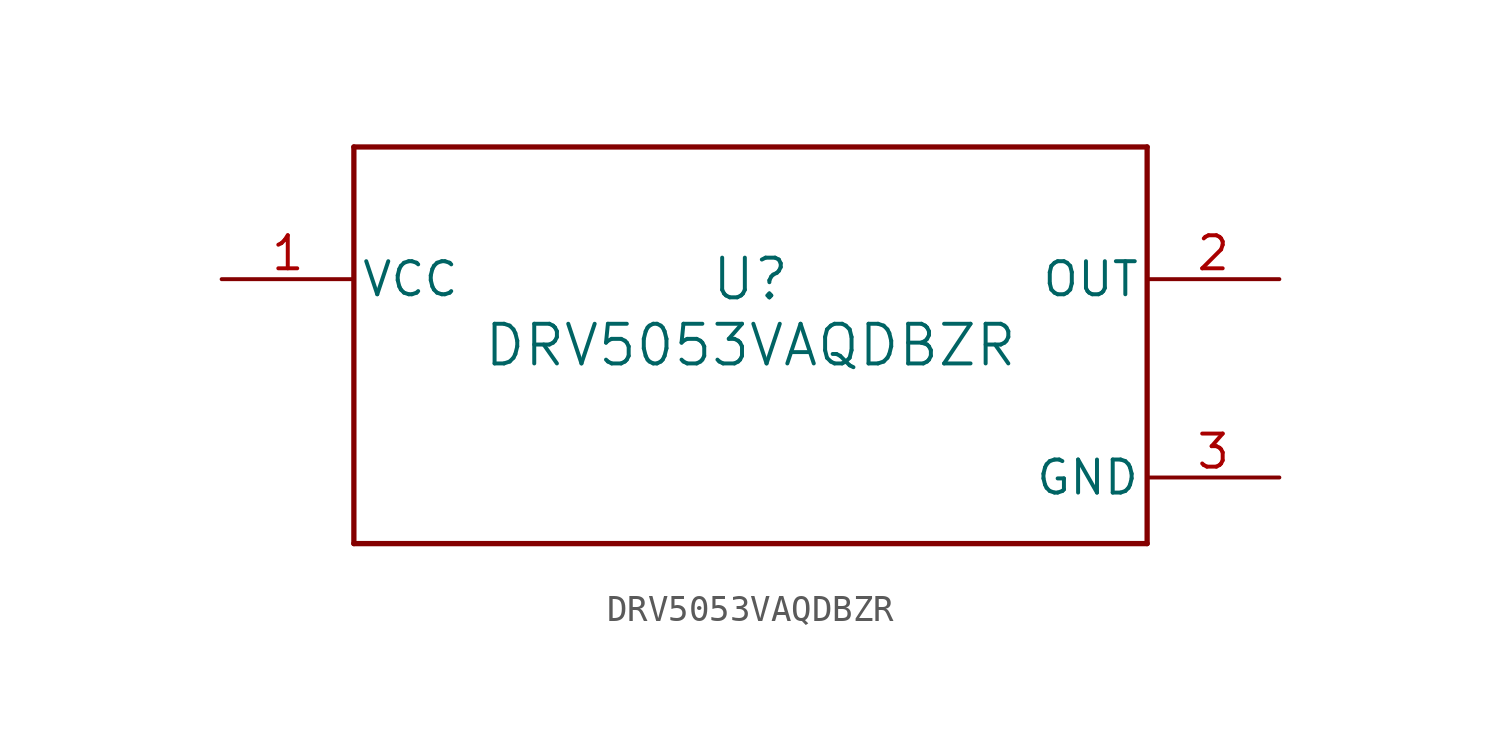
<source format=kicad_sym>
(kicad_symbol_lib
  (version 20211014)
  (generator kicad_symbol_editor)
  (symbol "DRV5053VAQDBZR"
    (pin_names
      (offset 0.254))
    (property "Reference" "U"
      (at 0 2.54 0)
      (effects (font (size 1.524 1.524))))
    (property "Value" "DRV5053VAQDBZR"
      (at 0 0 0)
      (effects (font (size 1.524 1.524))))
    (symbol "DRV5053VAQDBZR_0_1"
      (polyline (pts (xy -15.24 -7.62) (xy 15.24 -7.62)) (stroke (width 0.203) (type default) (color 0 0 0 0)) (fill (type none)))
      (polyline (pts (xy 15.24 -7.62) (xy 15.24 7.62)) (stroke (width 0.203) (type default) (color 0 0 0 0)) (fill (type none)))
      (polyline (pts (xy 15.24 7.62) (xy -15.24 7.62)) (stroke (width 0.203) (type default) (color 0 0 0 0)) (fill (type none)))
      (polyline (pts (xy -15.24 7.62) (xy -15.24 -7.62)) (stroke (width 0.203) (type default) (color 0 0 0 0)) (fill (type none)))
      (pin power_in line (at -20.32 2.54 0) (length 5.08) (name "VCC" (effects (font (size 1.27 1.27)))) (number "1" (effects (font (size 1.27 1.27)))))
      (pin output line (at 20.32 2.54 180) (length 5.08) (name "OUT" (effects (font (size 1.27 1.27)))) (number "2" (effects (font (size 1.27 1.27)))))
      (pin power_in line (at 20.32 -5.08 180) (length 5.08) (name "GND" (effects (font (size 1.27 1.27)))) (number "3" (effects (font (size 1.27 1.27))))))))
</source>
